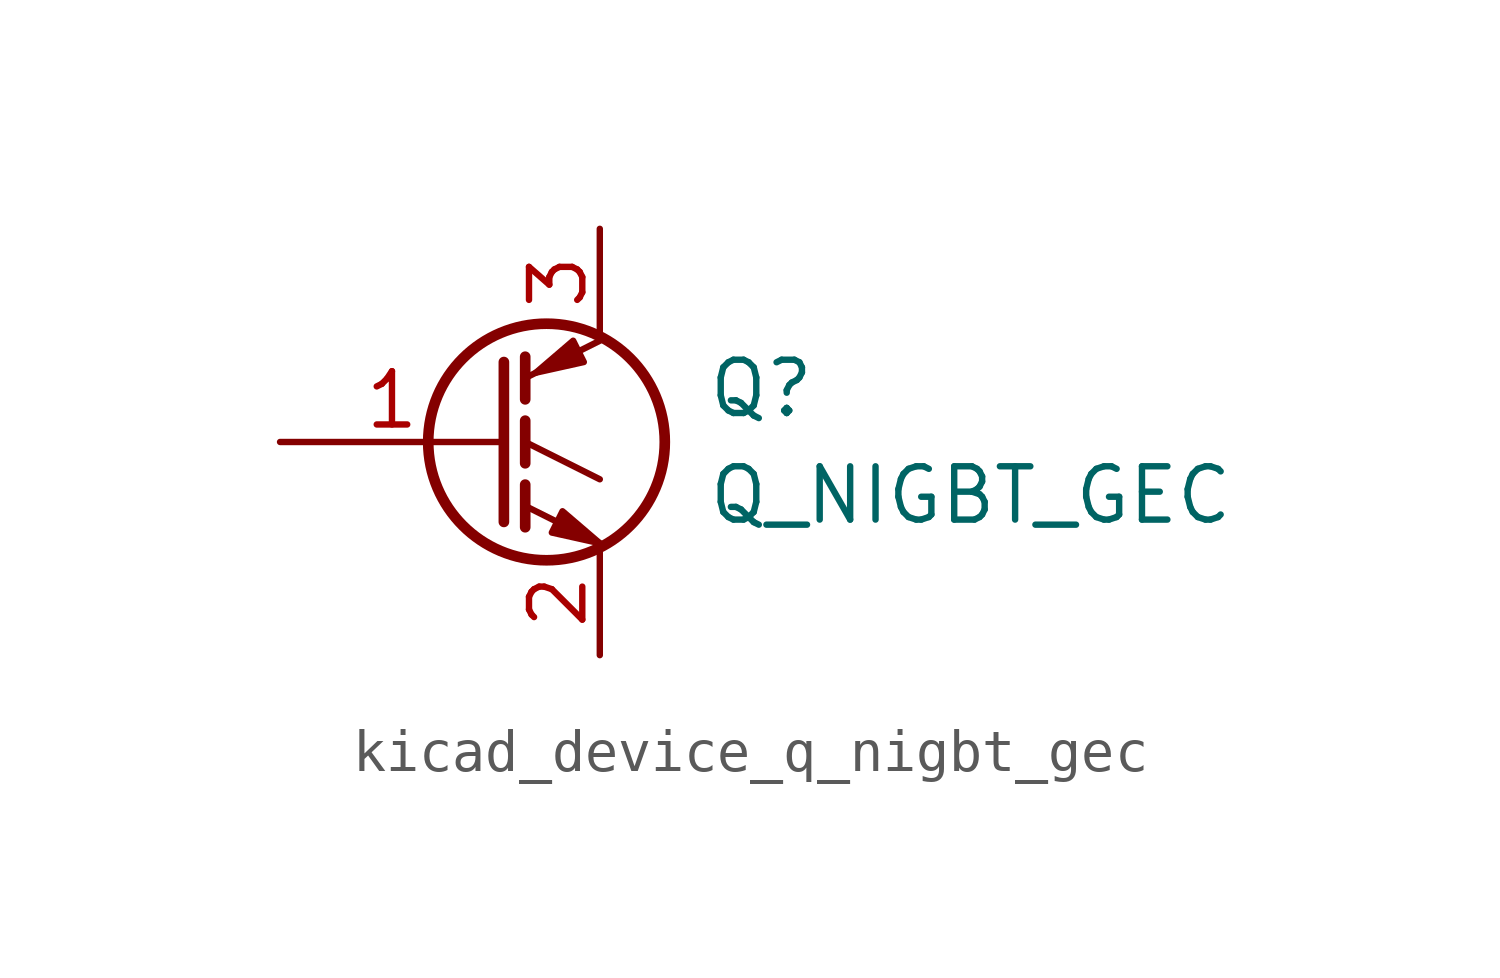
<source format=kicad_sym>
(kicad_symbol_lib
  (version 20220914)
  (generator kicad_symbol_editor)
  (symbol "kicad_device_q_nigbt_gec"
    (pin_names
      (offset 0) hide)
    (property "Reference" "Q"
      (at 5.08 1.27 0)
      (effects (font (size 1.27 1.27)) (justify left)))
    (property "Value" "Q_NIGBT_GEC"
      (at 5.08 -1.27 0)
      (effects (font (size 1.27 1.27)) (justify left)))
    (symbol "kicad_device_q_nigbt_gec_0_1"
      (polyline (pts (xy 0.762 -1.016) (xy 0.762 -2.032)) (stroke (width 0.254) (type default)) (fill (type none)))
      (polyline (pts (xy 0.762 0.508) (xy 0.762 -0.508)) (stroke (width 0.254) (type default)) (fill (type none)))
      (polyline (pts (xy 0.762 2.032) (xy 0.762 1.016)) (stroke (width 0.254) (type default)) (fill (type none)))
      (polyline (pts (xy 2.54 -2.413) (xy 0.762 -1.524)) (stroke (width 0) (type default)) (fill (type none)))
      (polyline (pts (xy 2.54 -0.889) (xy 0.762 0)) (stroke (width 0) (type default)) (fill (type none)))
      (polyline (pts (xy 2.54 2.413) (xy 0.762 1.524)) (stroke (width 0) (type default)) (fill (type none)))
      (polyline (pts (xy 0.254 1.905) (xy 0.254 -1.905) (xy 0.254 -1.905)) (stroke (width 0.254) (type default)) (fill (type none)))
      (polyline (pts (xy 1.397 -2.159) (xy 1.651 -1.651) (xy 2.54 -2.413) (xy 1.397 -2.159)) (stroke (width 0) (type default)) (fill (type outline)))
      (polyline (pts (xy 2.159 1.905) (xy 1.905 2.413) (xy 1.016 1.651) (xy 2.159 1.905)) (stroke (width 0) (type default)) (fill (type outline)))
      (circle (center 1.27 0) (radius 2.819) (stroke (width 0.254) (type default)) (fill (type none))))
    (symbol "kicad_device_q_nigbt_gec_1_1"
      (pin input line (at -5.08 0 0) (length 5.334) (name "G" (effects (font (size 1.27 1.27)))) (number "1" (effects (font (size 1.27 1.27)))))
      (pin passive line (at 2.54 -5.08 90) (length 2.54) (name "E" (effects (font (size 1.27 1.27)))) (number "2" (effects (font (size 1.27 1.27)))))
      (pin passive line (at 2.54 5.08 270) (length 2.54) (name "C" (effects (font (size 1.27 1.27)))) (number "3" (effects (font (size 1.27 1.27))))))))
</source>
